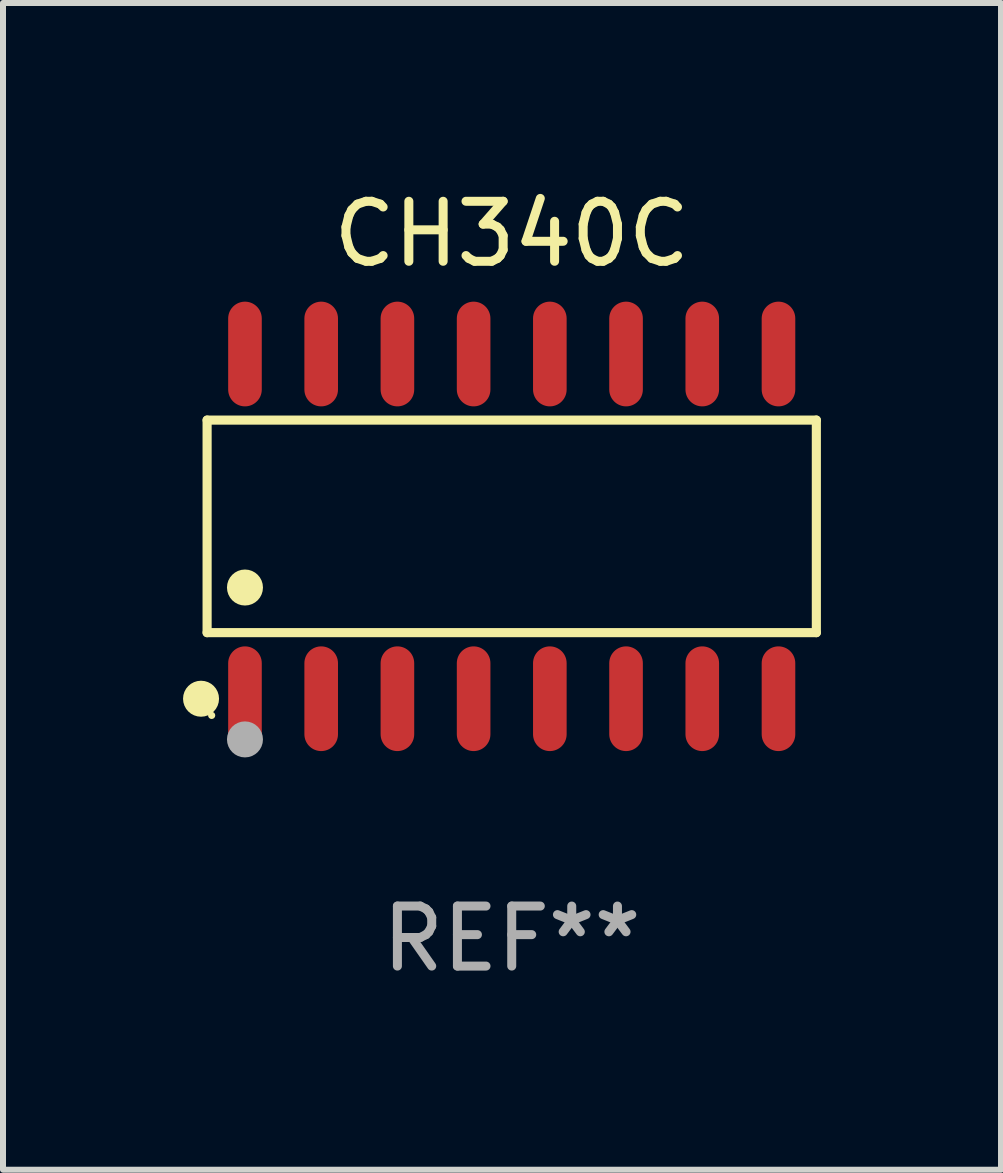
<source format=kicad_pcb>
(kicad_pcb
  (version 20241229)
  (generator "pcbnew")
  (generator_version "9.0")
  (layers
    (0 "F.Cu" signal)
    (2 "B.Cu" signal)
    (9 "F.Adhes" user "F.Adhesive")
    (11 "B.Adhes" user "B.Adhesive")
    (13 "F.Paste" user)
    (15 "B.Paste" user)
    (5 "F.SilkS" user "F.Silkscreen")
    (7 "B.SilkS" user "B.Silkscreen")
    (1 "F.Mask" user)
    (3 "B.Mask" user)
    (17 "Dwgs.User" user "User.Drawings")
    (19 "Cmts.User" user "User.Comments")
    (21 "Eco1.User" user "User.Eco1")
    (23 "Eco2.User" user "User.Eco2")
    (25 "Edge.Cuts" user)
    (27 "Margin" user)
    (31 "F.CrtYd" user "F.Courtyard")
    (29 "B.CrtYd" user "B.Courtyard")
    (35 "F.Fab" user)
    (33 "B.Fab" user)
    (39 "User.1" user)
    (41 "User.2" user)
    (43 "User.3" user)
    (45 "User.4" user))
  (footprint "CH340C"
    (layer "F.Cu")
    (at 5.477 5.721)
    (property "Reference" "CH340C" (at 0 -4.872 0) (layer "F.SilkS") (effects (font (size 1 1) (thickness 0.15))))
    (attr through_hole)
    (fp_line (start -5.076 -1.771) (end 5.076 -1.771) (stroke (width 0.152) (type solid)) (layer "F.SilkS"))
    (fp_line (start -5.076 1.771) (end -5.076 -1.771) (stroke (width 0.152) (type solid)) (layer "F.SilkS"))
    (fp_line (start 5.076 -1.771) (end 5.076 1.771) (stroke (width 0.152) (type solid)) (layer "F.SilkS"))
    (fp_line (start 5.076 1.771) (end -5.076 1.771) (stroke (width 0.152) (type solid)) (layer "F.SilkS"))
    (fp_circle (center -5.177 2.872) (end -5.027 2.872) (stroke (width 0.3) (type solid)) (fill no) (layer "F.SilkS"))
    (fp_circle (center -5 3.15) (end -4.97 3.15) (stroke (width 0.06) (type solid)) (fill no) (layer "F.SilkS"))
    (fp_circle (center -4.445 1.019) (end -4.295 1.019) (stroke (width 0.3) (type solid)) (fill no) (layer "F.SilkS"))
    (fp_circle (center -4.445 3.55) (end -4.295 3.55) (stroke (width 0.3) (type solid)) (fill no) (layer "F.Fab"))
    (fp_text user "REF**" (at 0 6.872 0) (layer "F.Fab") (effects (font (size 1 1) (thickness 0.15))))
    (pad "1" smd oval (at -4.445 2.872) (size 0.56 1.745) (layers "F.Cu" "F.Mask" "F.Paste"))
    (pad "2" smd oval (at -3.175 2.872) (size 0.56 1.745) (layers "F.Cu" "F.Mask" "F.Paste"))
    (pad "3" smd oval (at -1.905 2.872) (size 0.56 1.745) (layers "F.Cu" "F.Mask" "F.Paste"))
    (pad "4" smd oval (at -0.635 2.872) (size 0.56 1.745) (layers "F.Cu" "F.Mask" "F.Paste"))
    (pad "5" smd oval (at 0.635 2.872) (size 0.56 1.745) (layers "F.Cu" "F.Mask" "F.Paste"))
    (pad "6" smd oval (at 1.905 2.872) (size 0.56 1.745) (layers "F.Cu" "F.Mask" "F.Paste"))
    (pad "7" smd oval (at 3.175 2.872) (size 0.56 1.745) (layers "F.Cu" "F.Mask" "F.Paste"))
    (pad "8" smd oval (at 4.445 2.872) (size 0.56 1.745) (layers "F.Cu" "F.Mask" "F.Paste"))
    (pad "9" smd oval (at 4.445 -2.872) (size 0.56 1.745) (layers "F.Cu" "F.Mask" "F.Paste"))
    (pad "10" smd oval (at 3.175 -2.872) (size 0.56 1.745) (layers "F.Cu" "F.Mask" "F.Paste"))
    (pad "11" smd oval (at 1.905 -2.872) (size 0.56 1.745) (layers "F.Cu" "F.Mask" "F.Paste"))
    (pad "12" smd oval (at 0.635 -2.872) (size 0.56 1.745) (layers "F.Cu" "F.Mask" "F.Paste"))
    (pad "13" smd oval (at -0.635 -2.872) (size 0.56 1.745) (layers "F.Cu" "F.Mask" "F.Paste"))
    (pad "14" smd oval (at -1.905 -2.872) (size 0.56 1.745) (layers "F.Cu" "F.Mask" "F.Paste"))
    (pad "15" smd oval (at -3.175 -2.872) (size 0.56 1.745) (layers "F.Cu" "F.Mask" "F.Paste"))
    (pad "16" smd oval (at -4.445 -2.872) (size 0.56 1.745) (layers "F.Cu" "F.Mask" "F.Paste")))
  (gr_rect
    (start -3 -3)
    (end 13.63 16.441)
    (stroke (width 0.1) (type default))
    (fill no)
    (layer "Edge.Cuts")))
</source>
